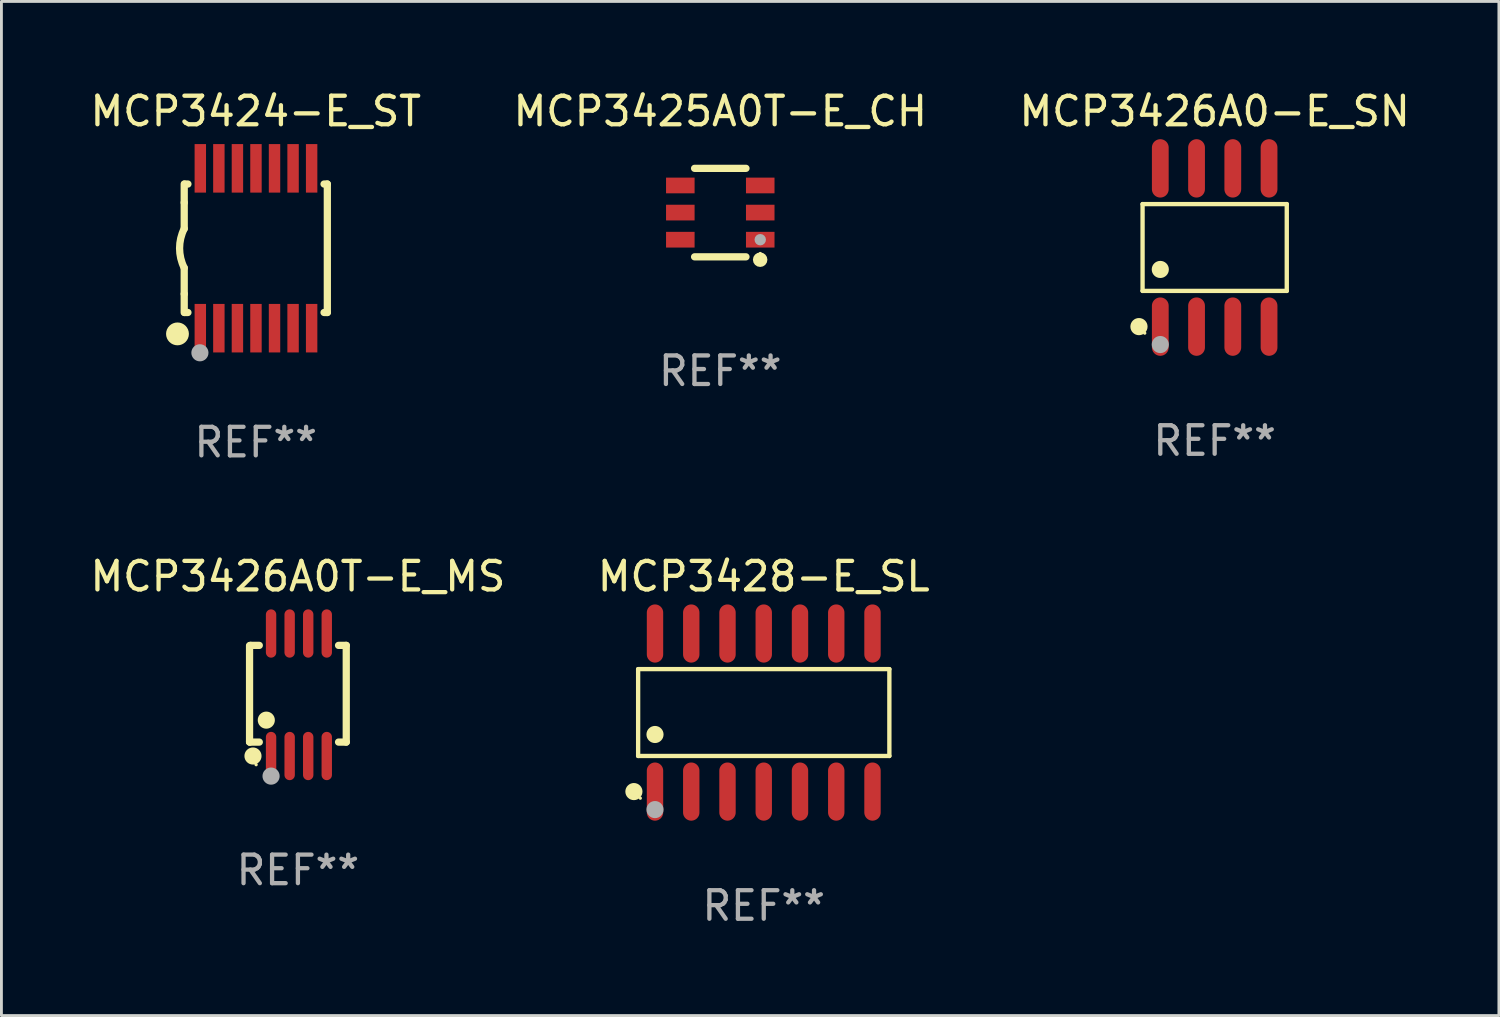
<source format=kicad_pcb>
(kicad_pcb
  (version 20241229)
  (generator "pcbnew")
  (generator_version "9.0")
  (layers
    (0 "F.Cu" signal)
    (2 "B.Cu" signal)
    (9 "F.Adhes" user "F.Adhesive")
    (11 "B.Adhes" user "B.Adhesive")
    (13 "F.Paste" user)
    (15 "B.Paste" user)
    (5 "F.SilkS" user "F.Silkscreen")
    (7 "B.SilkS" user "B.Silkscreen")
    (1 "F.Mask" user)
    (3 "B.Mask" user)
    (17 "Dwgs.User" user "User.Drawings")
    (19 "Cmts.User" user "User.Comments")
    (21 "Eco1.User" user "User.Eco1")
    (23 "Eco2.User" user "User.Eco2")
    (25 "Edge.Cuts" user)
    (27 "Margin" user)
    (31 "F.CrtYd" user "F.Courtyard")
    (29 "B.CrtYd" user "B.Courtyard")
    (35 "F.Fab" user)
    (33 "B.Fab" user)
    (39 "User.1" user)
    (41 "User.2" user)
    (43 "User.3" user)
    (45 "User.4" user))
  (footprint "MCP3425A0T-E_CH"
    (layer "F.Cu")
    (at 22.185 4.398)
    (property "Reference" "MCP3425A0T-E_CH" (at 0 -3.55 0) (layer "F.SilkS") (effects (font (size 1 1) (thickness 0.15))))
    (attr through_hole)
    (fp_line (start -0.9 -1.55) (end 0.9 -1.55) (stroke (width 0.254) (type solid)) (layer "F.SilkS"))
    (fp_line (start -0.9 1.55) (end 0.9 1.55) (stroke (width 0.254) (type solid)) (layer "F.SilkS"))
    (fp_circle (center 1.397 1.651) (end 1.524 1.651) (stroke (width 0.254) (type solid)) (fill no) (layer "F.SilkS"))
    (fp_circle (center 1.4 1.435) (end 1.43 1.435) (stroke (width 0.06) (type solid)) (fill no) (layer "F.SilkS"))
    (fp_circle (center 1.4 0.95) (end 1.5 0.95) (stroke (width 0.2) (type solid)) (fill no) (layer "F.Fab"))
    (fp_text user "REF**" (at 0 5.55 0) (layer "F.Fab") (effects (font (size 1 1) (thickness 0.15))))
    (pad "1" smd rect (at 1.4 0.95) (size 1 0.55) (layers "F.Cu" "F.Mask" "F.Paste"))
    (pad "2" smd rect (at 1.4 -0.000102) (size 1 0.55) (layers "F.Cu" "F.Mask" "F.Paste"))
    (pad "3" smd rect (at 1.4 -0.95) (size 1 0.55) (layers "F.Cu" "F.Mask" "F.Paste"))
    (pad "4" smd rect (at -1.4 -0.95) (size 1 0.55) (layers "F.Cu" "F.Mask" "F.Paste"))
    (pad "5" smd rect (at -1.4 -0.000102) (size 1 0.55) (layers "F.Cu" "F.Mask" "F.Paste"))
    (pad "6" smd rect (at -1.4 0.95) (size 1 0.55) (layers "F.Cu" "F.Mask" "F.Paste")))
  (footprint "MCP3426A0T-E_MS"
    (layer "F.Cu")
    (at 7.387 21.291)
    (property "Reference" "MCP3426A0T-E_MS" (at 0 -4.146 0) (layer "F.SilkS") (effects (font (size 1 1) (thickness 0.15))))
    (attr through_hole)
    (fp_line (start -1.694 -1.724) (end -1.694 1.652) (stroke (width 0.254) (type solid)) (layer "F.SilkS"))
    (fp_line (start -1.694 1.652) (end -1.688 1.658) (stroke (width 0.254) (type solid)) (layer "F.SilkS"))
    (fp_line (start -1.688 1.658) (end -1.353 1.658) (stroke (width 0.254) (type solid)) (layer "F.SilkS"))
    (fp_line (start -1.661 -1.73) (end -1.681 -1.71) (stroke (width 0.254) (type solid)) (layer "F.SilkS"))
    (fp_line (start -1.353 -1.73) (end -1.661 -1.73) (stroke (width 0.254) (type solid)) (layer "F.SilkS"))
    (fp_line (start 1.424 1.658) (end 1.694 1.658) (stroke (width 0.254) (type solid)) (layer "F.SilkS"))
    (fp_line (start 1.694 -1.73) (end 1.424 -1.73) (stroke (width 0.254) (type solid)) (layer "F.SilkS"))
    (fp_line (start 1.694 1.658) (end 1.694 -1.73) (stroke (width 0.254) (type solid)) (layer "F.SilkS"))
    (fp_circle (center -1.574 2.146) (end -1.424 2.146) (stroke (width 0.3) (type solid)) (fill no) (layer "F.SilkS"))
    (fp_circle (center -1.464 2.45) (end -1.434 2.45) (stroke (width 0.06) (type solid)) (fill no) (layer "F.SilkS"))
    (fp_circle (center -1.107 0.889) (end -0.957 0.889) (stroke (width 0.3) (type solid)) (fill no) (layer "F.SilkS"))
    (fp_circle (center -0.94 2.85) (end -0.789 2.85) (stroke (width 0.3) (type solid)) (fill no) (layer "F.Fab"))
    (fp_text user "REF**" (at 0 6.146 0) (layer "F.Fab") (effects (font (size 1 1) (thickness 0.15))))
    (pad "1" smd oval (at -0.94 2.146) (size 0.364 1.692) (layers "F.Cu" "F.Mask" "F.Paste"))
    (pad "2" smd oval (at -0.289 2.146) (size 0.364 1.692) (layers "F.Cu" "F.Mask" "F.Paste"))
    (pad "3" smd oval (at 0.361 2.146) (size 0.364 1.692) (layers "F.Cu" "F.Mask" "F.Paste"))
    (pad "4" smd oval (at 1.011 2.146) (size 0.364 1.692) (layers "F.Cu" "F.Mask" "F.Paste"))
    (pad "5" smd oval (at 1.011 -2.146) (size 0.364 1.692) (layers "F.Cu" "F.Mask" "F.Paste"))
    (pad "6" smd oval (at 0.361 -2.146) (size 0.364 1.692) (layers "F.Cu" "F.Mask" "F.Paste"))
    (pad "7" smd oval (at -0.289 -2.146) (size 0.364 1.692) (layers "F.Cu" "F.Mask" "F.Paste"))
    (pad "8" smd oval (at -0.94 -2.146) (size 0.364 1.692) (layers "F.Cu" "F.Mask" "F.Paste")))
  (footprint "MCP3428-E_SL"
    (layer "F.Cu")
    (at 23.708 21.914)
    (property "Reference" "MCP3428-E_SL" (at 0 -4.769 0) (layer "F.SilkS") (effects (font (size 1 1) (thickness 0.15))))
    (attr through_hole)
    (fp_line (start -4.401 -1.521) (end 4.401 -1.521) (stroke (width 0.152) (type solid)) (layer "F.SilkS"))
    (fp_line (start -4.401 1.521) (end -4.401 -1.521) (stroke (width 0.152) (type solid)) (layer "F.SilkS"))
    (fp_line (start 4.401 -1.521) (end 4.401 1.521) (stroke (width 0.152) (type solid)) (layer "F.SilkS"))
    (fp_line (start 4.401 1.521) (end -4.401 1.521) (stroke (width 0.152) (type solid)) (layer "F.SilkS"))
    (fp_circle (center -4.549 2.769) (end -4.399 2.769) (stroke (width 0.3) (type solid)) (fill no) (layer "F.SilkS"))
    (fp_circle (center -4.325 3) (end -4.295 3) (stroke (width 0.06) (type solid)) (fill no) (layer "F.SilkS"))
    (fp_circle (center -3.81 0.769) (end -3.66 0.769) (stroke (width 0.3) (type solid)) (fill no) (layer "F.SilkS"))
    (fp_circle (center -3.81 3.4) (end -3.66 3.4) (stroke (width 0.3) (type solid)) (fill no) (layer "F.Fab"))
    (fp_text user "REF**" (at 0 6.769 0) (layer "F.Fab") (effects (font (size 1 1) (thickness 0.15))))
    (pad "1" smd oval (at -3.81 2.769) (size 0.574 2.038) (layers "F.Cu" "F.Mask" "F.Paste"))
    (pad "2" smd oval (at -2.54 2.769) (size 0.574 2.038) (layers "F.Cu" "F.Mask" "F.Paste"))
    (pad "3" smd oval (at -1.27 2.769) (size 0.574 2.038) (layers "F.Cu" "F.Mask" "F.Paste"))
    (pad "4" smd oval (at 0 2.769) (size 0.574 2.038) (layers "F.Cu" "F.Mask" "F.Paste"))
    (pad "5" smd oval (at 1.27 2.769) (size 0.574 2.038) (layers "F.Cu" "F.Mask" "F.Paste"))
    (pad "6" smd oval (at 2.54 2.769) (size 0.574 2.038) (layers "F.Cu" "F.Mask" "F.Paste"))
    (pad "7" smd oval (at 3.81 2.769) (size 0.574 2.038) (layers "F.Cu" "F.Mask" "F.Paste"))
    (pad "8" smd oval (at 3.81 -2.769) (size 0.574 2.038) (layers "F.Cu" "F.Mask" "F.Paste"))
    (pad "9" smd oval (at 2.54 -2.769) (size 0.574 2.038) (layers "F.Cu" "F.Mask" "F.Paste"))
    (pad "10" smd oval (at 1.27 -2.769) (size 0.574 2.038) (layers "F.Cu" "F.Mask" "F.Paste"))
    (pad "11" smd oval (at 0 -2.769) (size 0.574 2.038) (layers "F.Cu" "F.Mask" "F.Paste"))
    (pad "12" smd oval (at -1.27 -2.769) (size 0.574 2.038) (layers "F.Cu" "F.Mask" "F.Paste"))
    (pad "13" smd oval (at -2.54 -2.769) (size 0.574 2.038) (layers "F.Cu" "F.Mask" "F.Paste"))
    (pad "14" smd oval (at -3.81 -2.769) (size 0.574 2.038) (layers "F.Cu" "F.Mask" "F.Paste")))
  (footprint "MCP3426A0-E_SN"
    (layer "F.Cu")
    (at 39.506 5.621)
    (property "Reference" "MCP3426A0-E_SN" (at 0 -4.772 0) (layer "F.SilkS") (effects (font (size 1 1) (thickness 0.15))))
    (attr through_hole)
    (fp_line (start -2.526 -1.521) (end 2.526 -1.521) (stroke (width 0.152) (type solid)) (layer "F.SilkS"))
    (fp_line (start -2.526 1.521) (end -2.526 -1.521) (stroke (width 0.152) (type solid)) (layer "F.SilkS"))
    (fp_line (start 2.526 -1.521) (end 2.526 1.521) (stroke (width 0.152) (type solid)) (layer "F.SilkS"))
    (fp_line (start 2.526 1.521) (end -2.526 1.521) (stroke (width 0.152) (type solid)) (layer "F.SilkS"))
    (fp_circle (center -2.652 2.772) (end -2.501 2.772) (stroke (width 0.3) (type solid)) (fill no) (layer "F.SilkS"))
    (fp_circle (center -2.45 3) (end -2.42 3) (stroke (width 0.06) (type solid)) (fill no) (layer "F.SilkS"))
    (fp_circle (center -1.905 0.769) (end -1.755 0.769) (stroke (width 0.3) (type solid)) (fill no) (layer "F.SilkS"))
    (fp_circle (center -1.905 3.4) (end -1.755 3.4) (stroke (width 0.3) (type solid)) (fill no) (layer "F.Fab"))
    (fp_text user "REF**" (at 0 6.772 0) (layer "F.Fab") (effects (font (size 1 1) (thickness 0.15))))
    (pad "1" smd oval (at -1.905 2.772) (size 0.588 2.045) (layers "F.Cu" "F.Mask" "F.Paste"))
    (pad "2" smd oval (at -0.635 2.772) (size 0.588 2.045) (layers "F.Cu" "F.Mask" "F.Paste"))
    (pad "3" smd oval (at 0.635 2.772) (size 0.588 2.045) (layers "F.Cu" "F.Mask" "F.Paste"))
    (pad "4" smd oval (at 1.905 2.772) (size 0.588 2.045) (layers "F.Cu" "F.Mask" "F.Paste"))
    (pad "5" smd oval (at 1.905 -2.772) (size 0.588 2.045) (layers "F.Cu" "F.Mask" "F.Paste"))
    (pad "6" smd oval (at 0.635 -2.772) (size 0.588 2.045) (layers "F.Cu" "F.Mask" "F.Paste"))
    (pad "7" smd oval (at -0.635 -2.772) (size 0.588 2.045) (layers "F.Cu" "F.Mask" "F.Paste"))
    (pad "8" smd oval (at -1.905 -2.772) (size 0.588 2.045) (layers "F.Cu" "F.Mask" "F.Paste")))
  (footprint "MCP3424-E_ST"
    (layer "F.Cu")
    (at 5.911 5.648)
    (property "Reference" "MCP3424-E_ST" (at 0 -4.8 0) (layer "F.SilkS") (effects (font (size 1 1) (thickness 0.15))))
    (attr through_hole)
    (fp_line (start -2.507 -1.6) (end -2.507 -2.25) (stroke (width 0.254) (type solid)) (layer "F.SilkS"))
    (fp_line (start -2.507 -0.686) (end -2.507 -1.6) (stroke (width 0.254) (type solid)) (layer "F.SilkS"))
    (fp_line (start -2.507 1.6) (end -2.507 0.686) (stroke (width 0.254) (type solid)) (layer "F.SilkS"))
    (fp_line (start -2.507 1.6) (end -2.507 2.25) (stroke (width 0.254) (type solid)) (layer "F.SilkS"))
    (fp_line (start -2.493 -2.25) (end -2.377 -2.25) (stroke (width 0.254) (type solid)) (layer "F.SilkS"))
    (fp_line (start -2.377 2.25) (end -2.493 2.25) (stroke (width 0.254) (type solid)) (layer "F.SilkS"))
    (fp_line (start 2.392 -2.25) (end 2.507 -2.25) (stroke (width 0.254) (type solid)) (layer "F.SilkS"))
    (fp_line (start 2.507 -2.25) (end 2.507 2.25) (stroke (width 0.254) (type solid)) (layer "F.SilkS"))
    (fp_line (start 2.507 2.25) (end 2.392 2.25) (stroke (width 0.254) (type solid)) (layer "F.SilkS"))
    (fp_arc (start -2.507303 0.685802) (mid -2.669199 0) (end -2.507303 -0.685801) (stroke (width 0.254001) (type solid)) (layer "F.SilkS"))
    (fp_circle (center -2.743 3) (end -2.543 3) (stroke (width 0.4) (type solid)) (fill no) (layer "F.SilkS"))
    (fp_circle (center -2.493 3.2) (end -2.463 3.2) (stroke (width 0.06) (type solid)) (fill no) (layer "F.SilkS"))
    (fp_circle (center -1.957 3.662) (end -1.807 3.662) (stroke (width 0.3) (type solid)) (fill no) (layer "F.Fab"))
    (fp_text user "REF**" (at 0 6.8 0) (layer "F.Fab") (effects (font (size 1 1) (thickness 0.15))))
    (pad "1" smd rect (at -1.943 2.8) (size 0.4 1.7) (layers "F.Cu" "F.Mask" "F.Paste"))
    (pad "2" smd rect (at -1.293 2.8) (size 0.4 1.7) (layers "F.Cu" "F.Mask" "F.Paste"))
    (pad "3" smd rect (at -0.643 2.8) (size 0.4 1.7) (layers "F.Cu" "F.Mask" "F.Paste"))
    (pad "4" smd rect (at 0.007 2.8) (size 0.4 1.7) (layers "F.Cu" "F.Mask" "F.Paste"))
    (pad "5" smd rect (at 0.657 2.8) (size 0.4 1.7) (layers "F.Cu" "F.Mask" "F.Paste"))
    (pad "6" smd rect (at 1.307 2.8) (size 0.4 1.7) (layers "F.Cu" "F.Mask" "F.Paste"))
    (pad "7" smd rect (at 1.957 2.8) (size 0.4 1.7) (layers "F.Cu" "F.Mask" "F.Paste"))
    (pad "8" smd rect (at 1.957 -2.8) (size 0.4 1.7) (layers "F.Cu" "F.Mask" "F.Paste"))
    (pad "9" smd rect (at 1.307 -2.8) (size 0.4 1.7) (layers "F.Cu" "F.Mask" "F.Paste"))
    (pad "10" smd rect (at 0.657 -2.8) (size 0.4 1.7) (layers "F.Cu" "F.Mask" "F.Paste"))
    (pad "11" smd rect (at 0.007 -2.8) (size 0.4 1.7) (layers "F.Cu" "F.Mask" "F.Paste"))
    (pad "12" smd rect (at -0.643 -2.8) (size 0.4 1.7) (layers "F.Cu" "F.Mask" "F.Paste"))
    (pad "13" smd rect (at -1.293 -2.8) (size 0.4 1.7) (layers "F.Cu" "F.Mask" "F.Paste"))
    (pad "14" smd rect (at -1.943 -2.8) (size 0.4 1.7) (layers "F.Cu" "F.Mask" "F.Paste")))
  (gr_rect
    (start -3 -3)
    (end 49.464 32.531)
    (stroke (width 0.1) (type default))
    (fill no)
    (layer "Edge.Cuts")))
</source>
